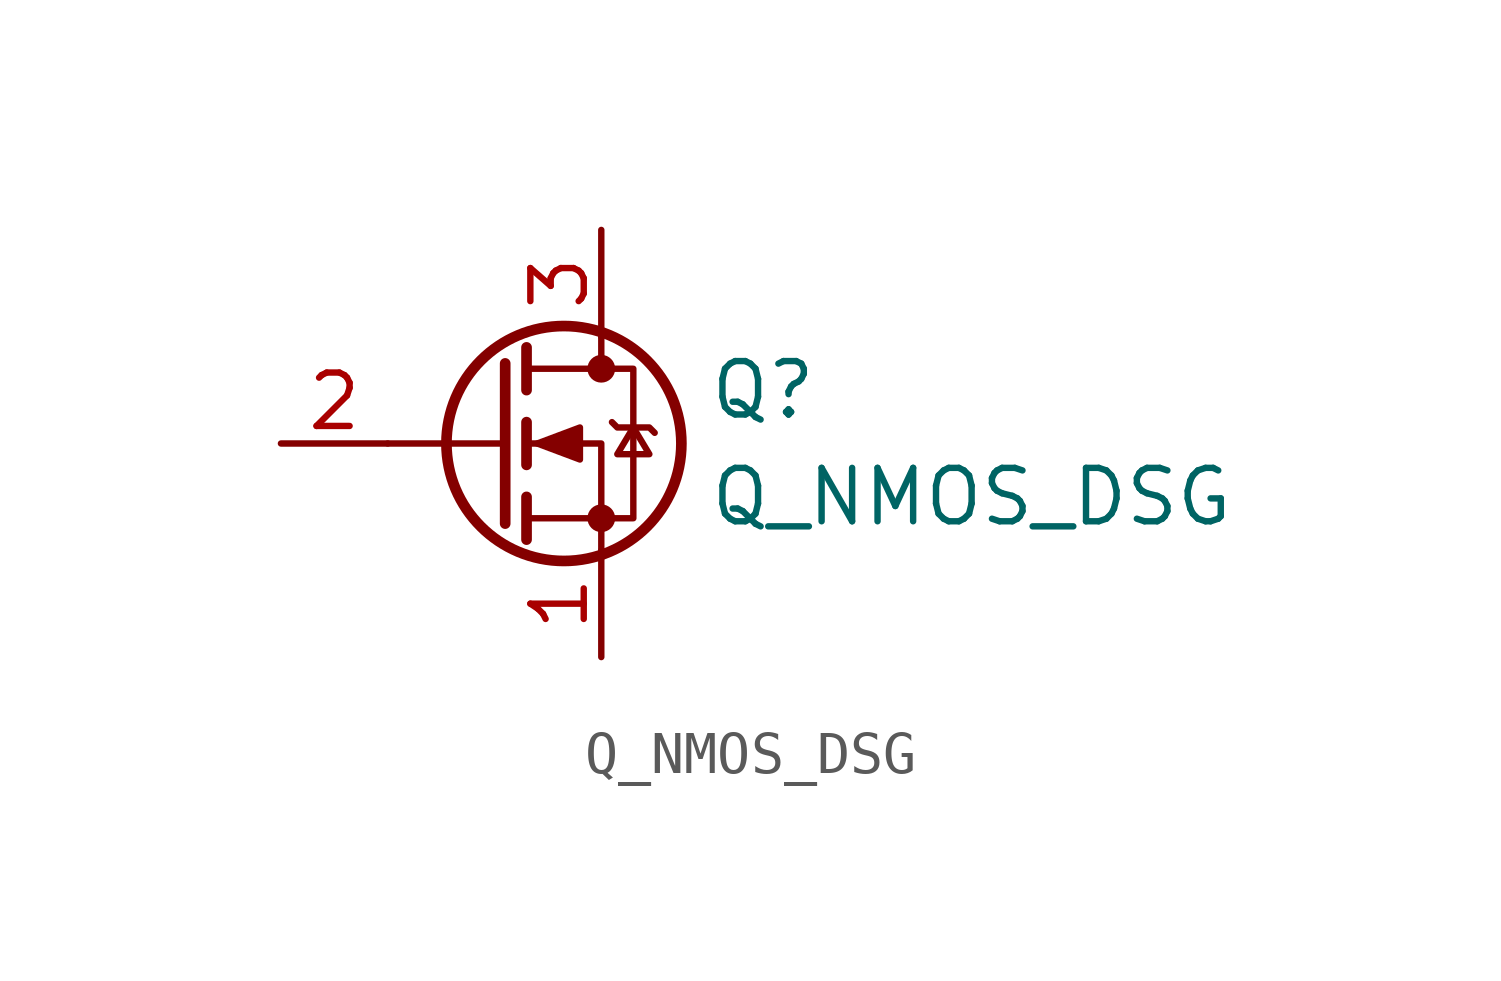
<source format=kicad_sym>
(kicad_symbol_lib
  (version 20231120)
  (generator "kicad_symbol_editor")
  (generator_version "8.0")
  (symbol "Q_NMOS_DSG"
    (pin_names
      (offset 0) hide)
    (property "Reference" "Q"
      (at 5.08 1.27 0)
      (effects (font (size 1.27 1.27)) (justify left)))
    (property "Value" "Q_NMOS_DSG"
      (at 5.08 -1.27 0)
      (effects (font (size 1.27 1.27)) (justify left)))
    (symbol "Q_NMOS_DSG_0_1"
      (polyline (pts (xy 0.254 0) (xy -2.54 0)) (stroke (width 0) (type default)) (fill (type none)))
      (polyline (pts (xy 0.254 1.905) (xy 0.254 -1.905)) (stroke (width 0.254) (type default)) (fill (type none)))
      (polyline (pts (xy 0.762 -1.27) (xy 0.762 -2.286)) (stroke (width 0.254) (type default)) (fill (type none)))
      (polyline (pts (xy 0.762 0.508) (xy 0.762 -0.508)) (stroke (width 0.254) (type default)) (fill (type none)))
      (polyline (pts (xy 0.762 2.286) (xy 0.762 1.27)) (stroke (width 0.254) (type default)) (fill (type none)))
      (polyline (pts (xy 2.54 2.54) (xy 2.54 1.778)) (stroke (width 0) (type default)) (fill (type none)))
      (polyline (pts (xy 2.54 -2.54) (xy 2.54 0) (xy 0.762 0)) (stroke (width 0) (type default)) (fill (type none)))
      (polyline (pts (xy 0.762 -1.778) (xy 3.302 -1.778) (xy 3.302 1.778) (xy 0.762 1.778)) (stroke (width 0) (type default)) (fill (type none)))
      (polyline (pts (xy 1.016 0) (xy 2.032 0.381) (xy 2.032 -0.381) (xy 1.016 0)) (stroke (width 0) (type default)) (fill (type outline)))
      (polyline (pts (xy 2.794 0.508) (xy 2.921 0.381) (xy 3.683 0.381) (xy 3.81 0.254)) (stroke (width 0) (type default)) (fill (type none)))
      (polyline (pts (xy 3.302 0.381) (xy 2.921 -0.254) (xy 3.683 -0.254) (xy 3.302 0.381)) (stroke (width 0) (type default)) (fill (type none)))
      (circle (center 1.651 0) (radius 2.794) (stroke (width 0.254) (type default)) (fill (type none)))
      (circle (center 2.54 -1.778) (radius 0.254) (stroke (width 0) (type default)) (fill (type outline)))
      (circle (center 2.54 1.778) (radius 0.254) (stroke (width 0) (type default)) (fill (type outline))))
    (symbol "Q_NMOS_DSG_1_1"
      (pin passive line (at 2.54 -5.08 90) (length 2.54) (name "S" (effects (font (size 1.27 1.27)))) (number "1" (effects (font (size 1.27 1.27)))))
      (pin input line (at -5.08 0 0) (length 2.54) (name "G" (effects (font (size 1.27 1.27)))) (number "2" (effects (font (size 1.27 1.27)))))
      (pin passive line (at 2.54 5.08 270) (length 2.54) (name "D" (effects (font (size 1.27 1.27)))) (number "3" (effects (font (size 1.27 1.27))))))))
</source>
